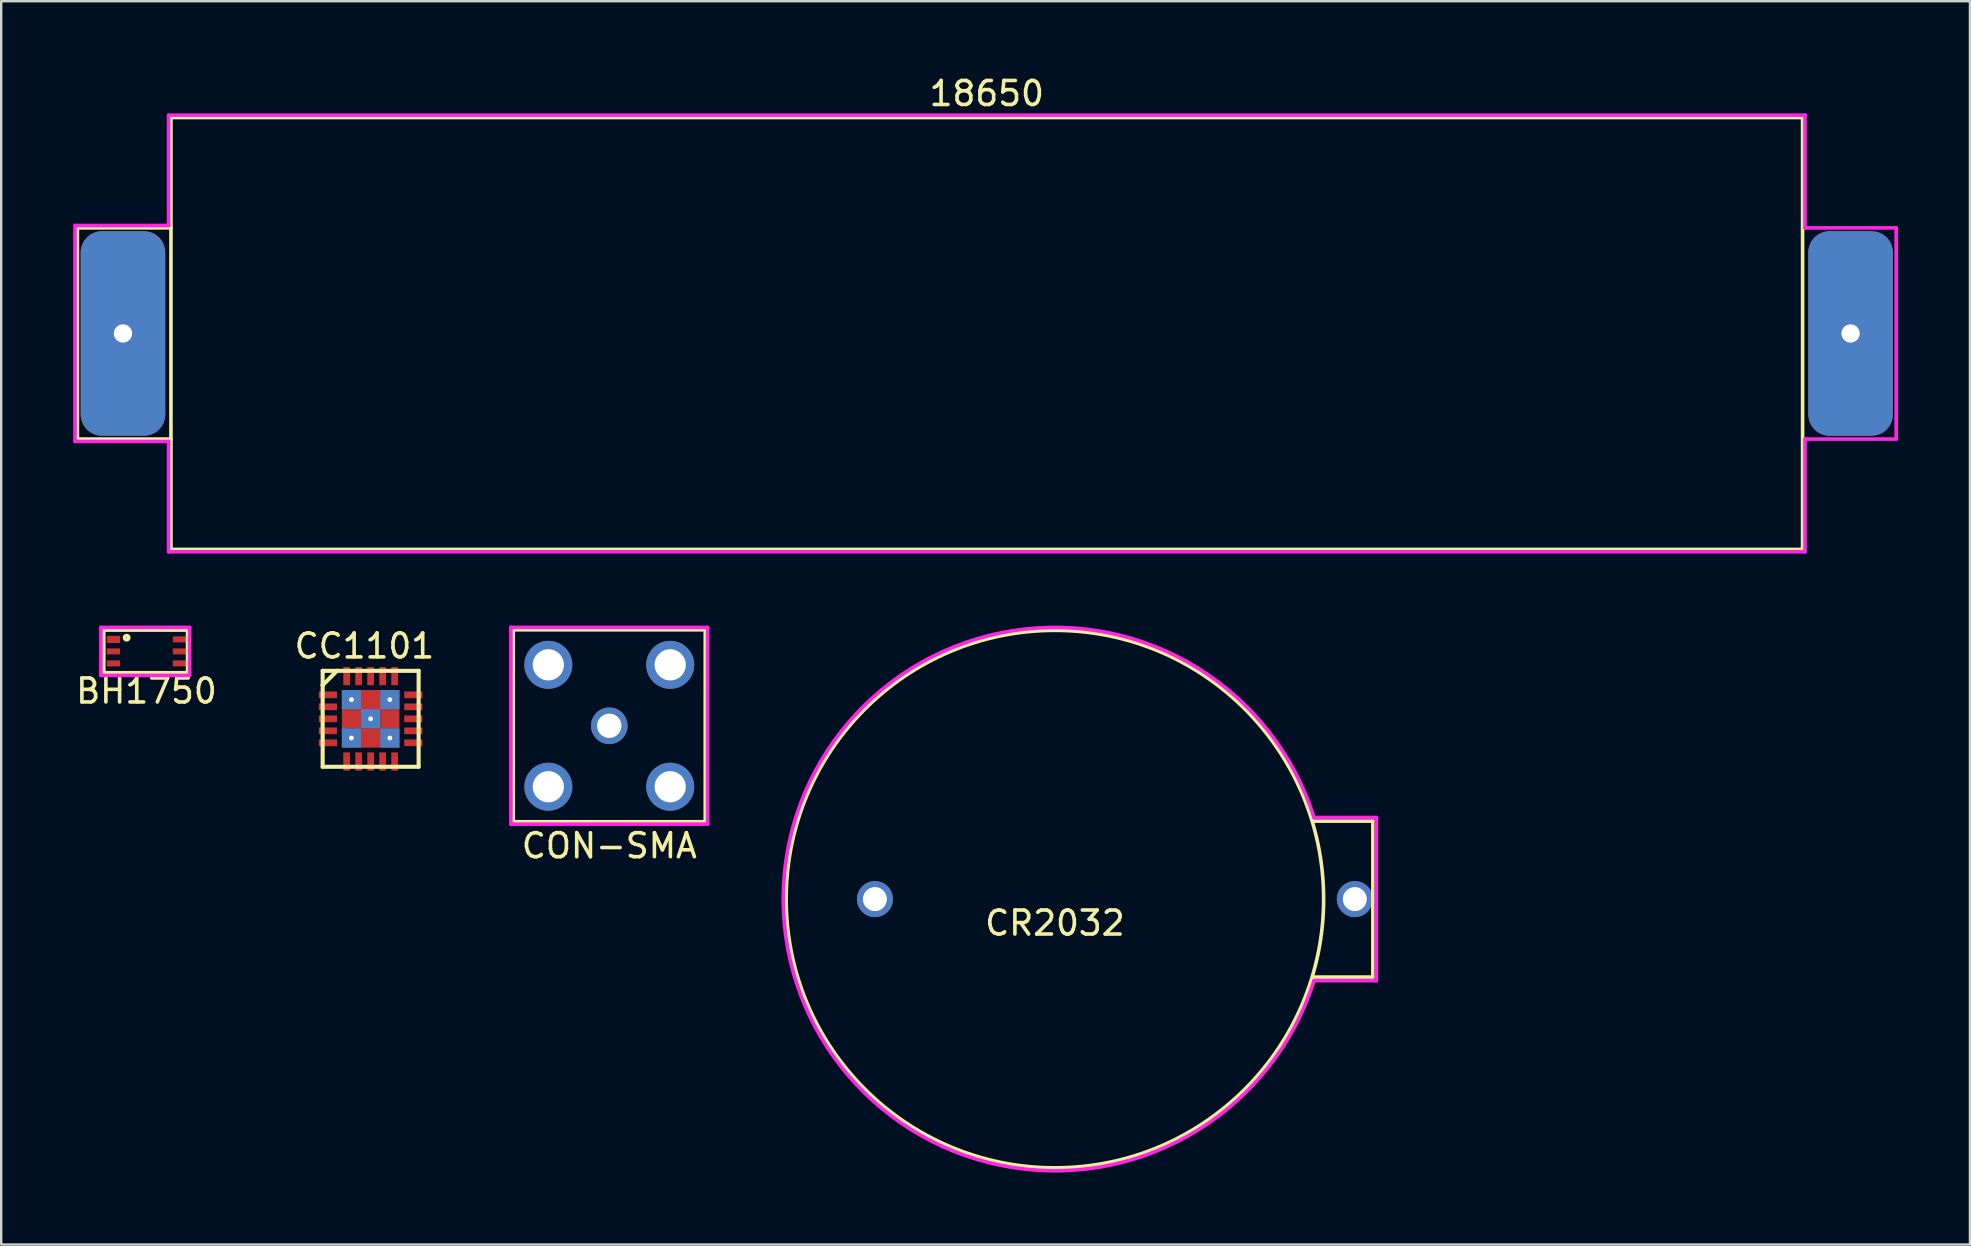
<source format=kicad_pcb>
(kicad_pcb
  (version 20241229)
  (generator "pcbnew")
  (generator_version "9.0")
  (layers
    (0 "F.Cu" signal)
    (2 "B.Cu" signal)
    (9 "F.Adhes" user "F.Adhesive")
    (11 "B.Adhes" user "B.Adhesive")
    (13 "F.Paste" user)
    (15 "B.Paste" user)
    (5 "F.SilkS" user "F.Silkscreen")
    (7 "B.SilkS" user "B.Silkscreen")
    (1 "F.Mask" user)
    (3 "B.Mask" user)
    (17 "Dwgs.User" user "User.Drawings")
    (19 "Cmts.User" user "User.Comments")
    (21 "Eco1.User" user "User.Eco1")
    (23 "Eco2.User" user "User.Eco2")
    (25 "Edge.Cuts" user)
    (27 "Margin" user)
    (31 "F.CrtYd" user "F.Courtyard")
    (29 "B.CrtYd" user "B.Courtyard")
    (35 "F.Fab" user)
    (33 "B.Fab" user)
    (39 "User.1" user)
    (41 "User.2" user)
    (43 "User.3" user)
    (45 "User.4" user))
  (footprint "CC1101"
    (layer "F.Cu")
    (at 12.397 26.907)
    (property "Reference" "CC1101" (at -0.26 -3.035 0) (layer "F.SilkS") (effects (font (size 1 1) (thickness 0.15))))
    (attr smd)
    (fp_line (start -2 -2) (end -1.4 -2) (stroke (width 0.17) (type solid)) (layer "F.SilkS"))
    (fp_line (start -2 -1.4) (end -2 -2) (stroke (width 0.17) (type solid)) (layer "F.SilkS"))
    (fp_line (start -2 -1.4) (end -1.4 -2) (stroke (width 0.17) (type solid)) (layer "F.SilkS"))
    (fp_line (start -2 2) (end -2 -1.4) (stroke (width 0.17) (type solid)) (layer "F.SilkS"))
    (fp_line (start -1.4 -2) (end 2 -2) (stroke (width 0.17) (type solid)) (layer "F.SilkS"))
    (fp_line (start 2 -2) (end 2 2) (stroke (width 0.17) (type solid)) (layer "F.SilkS"))
    (fp_line (start 2 2) (end -2 2) (stroke (width 0.17) (type solid)) (layer "F.SilkS"))
    (pad "1" smd rect (at -1.78 -1) (size 0.76 0.28) (layers "F.Cu" "F.Mask" "F.Paste"))
    (pad "2" smd rect (at -1.78 -0.5) (size 0.76 0.28) (layers "F.Cu" "F.Mask" "F.Paste"))
    (pad "3" smd rect (at -1.78 0) (size 0.76 0.28) (layers "F.Cu" "F.Mask" "F.Paste"))
    (pad "4" smd rect (at -1.78 0.5) (size 0.76 0.28) (layers "F.Cu" "F.Mask" "F.Paste"))
    (pad "5" smd rect (at -1.78 1) (size 0.76 0.28) (layers "F.Cu" "F.Mask" "F.Paste"))
    (pad "6" smd rect (at -1 1.78) (size 0.28 0.76) (layers "F.Cu" "F.Mask" "F.Paste"))
    (pad "7" smd rect (at -0.5 1.78) (size 0.28 0.76) (layers "F.Cu" "F.Mask" "F.Paste"))
    (pad "8" smd rect (at 0 1.78) (size 0.28 0.76) (layers "F.Cu" "F.Mask" "F.Paste"))
    (pad "9" smd rect (at 0.5 1.78) (size 0.28 0.76) (layers "F.Cu" "F.Mask" "F.Paste"))
    (pad "10" smd rect (at 1 1.78) (size 0.28 0.76) (layers "F.Cu" "F.Mask" "F.Paste"))
    (pad "11" smd rect (at 1.78 1) (size 0.76 0.28) (layers "F.Cu" "F.Mask" "F.Paste"))
    (pad "12" smd rect (at 1.78 0.5) (size 0.76 0.28) (layers "F.Cu" "F.Mask" "F.Paste"))
    (pad "13" smd rect (at 1.78 0) (size 0.76 0.28) (layers "F.Cu" "F.Mask" "F.Paste"))
    (pad "14" smd rect (at 1.78 -0.5) (size 0.76 0.28) (layers "F.Cu" "F.Mask" "F.Paste"))
    (pad "15" smd rect (at 1.78 -1) (size 0.76 0.28) (layers "F.Cu" "F.Mask" "F.Paste"))
    (pad "16" smd rect (at 1 -1.78) (size 0.28 0.76) (layers "F.Cu" "F.Mask" "F.Paste"))
    (pad "17" smd rect (at 0.5 -1.78) (size 0.28 0.76) (layers "F.Cu" "F.Mask" "F.Paste"))
    (pad "18" smd rect (at 0 -1.78) (size 0.28 0.76) (layers "F.Cu" "F.Mask" "F.Paste"))
    (pad "19" smd rect (at -0.5 -1.78) (size 0.28 0.76) (layers "F.Cu" "F.Mask" "F.Paste"))
    (pad "20" smd rect (at -1 -1.78) (size 0.28 0.76) (layers "F.Cu" "F.Mask" "F.Paste"))
    (pad "21" thru_hole rect (at -0.8 -0.8) (size 0.8 0.8) (drill 0.2) (layers "*.Cu"))
    (pad "21" smd rect (at -0.8 0) (size 0.8 0.8) (layers "F.Cu" "F.Mask" "F.Paste"))
    (pad "21" thru_hole rect (at -0.8 0.8) (size 0.8 0.8) (drill 0.2) (layers "*.Cu"))
    (pad "21" smd rect (at 0 -0.8) (size 0.8 0.8) (layers "F.Cu" "F.Mask" "F.Paste"))
    (pad "21" thru_hole rect (at 0 0) (size 0.8 0.8) (drill 0.2) (layers "*.Cu"))
    (pad "21" smd rect (at 0 0.8) (size 0.8 0.8) (layers "F.Cu" "F.Mask" "F.Paste"))
    (pad "21" thru_hole rect (at 0.8 -0.8) (size 0.8 0.8) (drill 0.2) (layers "*.Cu"))
    (pad "21" smd rect (at 0.8 0) (size 0.8 0.8) (layers "F.Cu" "F.Mask" "F.Paste"))
    (pad "21" thru_hole rect (at 0.8 0.8) (size 0.8 0.8) (drill 0.2) (layers "*.Cu")))
  (footprint "CON-SMA"
    (layer "F.Cu")
    (at 22.342 27.198)
    (property "Reference" "CON-SMA" (at 0 5 0) (layer "F.SilkS") (effects (font (size 1 1) (thickness 0.15))))
    (attr through_hole)
    (fp_line (start -4 -4) (end 4 -4) (stroke (width 0.15) (type solid)) (layer "F.SilkS"))
    (fp_line (start -4 4) (end -4 -4) (stroke (width 0.15) (type solid)) (layer "F.SilkS"))
    (fp_line (start 4 -4) (end 4 4) (stroke (width 0.15) (type solid)) (layer "F.SilkS"))
    (fp_line (start 4 4) (end -4 4) (stroke (width 0.15) (type solid)) (layer "F.SilkS"))
    (fp_line (start -4.1 -4.1) (end 4.1 -4.1) (stroke (width 0.15) (type solid)) (layer "F.CrtYd"))
    (fp_line (start -4.1 4.1) (end -4.1 -4.1) (stroke (width 0.15) (type solid)) (layer "F.CrtYd"))
    (fp_line (start 4.1 -4.1) (end 4.1 4.1) (stroke (width 0.15) (type solid)) (layer "F.CrtYd"))
    (fp_line (start 4.1 4.1) (end -4.1 4.1) (stroke (width 0.15) (type solid)) (layer "F.CrtYd"))
    (pad "1" thru_hole circle (at 0 0) (size 1.524 1.524) (drill 1.016) (layers "*.Cu" "*.Mask"))
    (pad "2" thru_hole circle (at -2.54 -2.54) (size 2 2) (drill 1.3) (layers "*.Cu" "*.Mask"))
    (pad "2" thru_hole circle (at -2.54 2.54) (size 2 2) (drill 1.3) (layers "*.Cu" "*.Mask"))
    (pad "2" thru_hole circle (at 2.54 -2.54) (size 2 2) (drill 1.3) (layers "*.Cu" "*.Mask"))
    (pad "2" thru_hole circle (at 2.54 2.54) (size 2 2) (drill 1.3) (layers "*.Cu" "*.Mask")))
  (footprint "18650"
    (layer "F.Cu")
    (at 38.075 10.848)
    (property "Reference" "18650" (at 0 -10 0) (layer "F.SilkS") (effects (font (size 1 1) (thickness 0.15))))
    (attr through_hole)
    (fp_line (start -37.9 -4.4) (end -34 -4.4) (stroke (width 0.15) (type solid)) (layer "F.SilkS"))
    (fp_line (start -37.9 4.4) (end -37.9 -4.4) (stroke (width 0.15) (type solid)) (layer "F.SilkS"))
    (fp_line (start -34 -9) (end 34 -9) (stroke (width 0.15) (type solid)) (layer "F.SilkS"))
    (fp_line (start -34 4.4) (end -37.9 4.4) (stroke (width 0.15) (type solid)) (layer "F.SilkS"))
    (fp_line (start -34 9) (end -34 -9) (stroke (width 0.15) (type solid)) (layer "F.SilkS"))
    (fp_line (start 34 -9) (end 34 9) (stroke (width 0.15) (type solid)) (layer "F.SilkS"))
    (fp_line (start 34 9) (end -34 9) (stroke (width 0.15) (type solid)) (layer "F.SilkS"))
    (fp_line (start -38 -4.5) (end -38 4.5) (stroke (width 0.15) (type solid)) (layer "F.CrtYd"))
    (fp_line (start -38 4.5) (end -34.1 4.5) (stroke (width 0.15) (type solid)) (layer "F.CrtYd"))
    (fp_line (start -34.1 -9.09) (end -34.1 -4.5) (stroke (width 0.15) (type solid)) (layer "F.CrtYd"))
    (fp_line (start -34.1 -4.5) (end -38 -4.5) (stroke (width 0.15) (type solid)) (layer "F.CrtYd"))
    (fp_line (start -34.1 4.5) (end -34.1 9.1) (stroke (width 0.15) (type solid)) (layer "F.CrtYd"))
    (fp_line (start -34.1 9.1) (end 34.1 9.1) (stroke (width 0.15) (type solid)) (layer "F.CrtYd"))
    (fp_line (start 34.1 -9.1) (end -34.1 -9.1) (stroke (width 0.15) (type solid)) (layer "F.CrtYd"))
    (fp_line (start 34.1 -4.4) (end 34.1 -9.1) (stroke (width 0.15) (type solid)) (layer "F.CrtYd"))
    (fp_line (start 34.1 4.4) (end 37.9 4.4) (stroke (width 0.15) (type solid)) (layer "F.CrtYd"))
    (fp_line (start 34.1 9.1) (end 34.1 4.4) (stroke (width 0.15) (type solid)) (layer "F.CrtYd"))
    (fp_line (start 37.9 -4.4) (end 34.1 -4.4) (stroke (width 0.15) (type solid)) (layer "F.CrtYd"))
    (fp_line (start 37.9 4.4) (end 37.9 -4.4) (stroke (width 0.15) (type solid)) (layer "F.CrtYd"))
    (pad "1" thru_hole roundrect (at -36 0) (size 3.524 8.524) (drill 0.762) (layers "*.Cu" "*.Mask") (roundrect_rratio 0.25))
    (pad "2" thru_hole roundrect (at 36 0) (size 3.524 8.524) (drill 0.762) (layers "*.Cu" "*.Mask") (roundrect_rratio 0.25)))
  (footprint "BH1750"
    (layer "F.Cu")
    (at 3.054 24.098)
    (property "Reference" "BH1750" (at 0 1.651 0) (layer "F.SilkS") (effects (font (size 1 1) (thickness 0.15))))
    (attr through_hole)
    (fp_line (start -1.778 -0.889) (end -1.778 0.889) (stroke (width 0.15) (type solid)) (layer "F.SilkS"))
    (fp_line (start -1.778 0.889) (end 1.714 0.889) (stroke (width 0.15) (type solid)) (layer "F.SilkS"))
    (fp_line (start 1.714 -0.889) (end -1.778 -0.889) (stroke (width 0.15) (type solid)) (layer "F.SilkS"))
    (fp_line (start 1.714 0.889) (end 1.714 -0.889) (stroke (width 0.15) (type solid)) (layer "F.SilkS"))
    (fp_circle (center -0.826 -0.572) (end -0.889 -0.635) (stroke (width 0.15) (type solid)) (fill no) (layer "F.SilkS"))
    (fp_line (start -1.9 -1) (end 1.8 -1) (stroke (width 0.15) (type solid)) (layer "F.CrtYd"))
    (fp_line (start -1.9 1) (end -1.9 -1) (stroke (width 0.15) (type solid)) (layer "F.CrtYd"))
    (fp_line (start 1.8 -1) (end 1.8 1) (stroke (width 0.15) (type solid)) (layer "F.CrtYd"))
    (fp_line (start 1.8 1) (end -1.9 1) (stroke (width 0.15) (type solid)) (layer "F.CrtYd"))
    (pad "1" smd trapezoid (at -1.375 -0.5) (size 0.55 0.3) (layers "F.Cu" "F.Mask" "F.Paste"))
    (pad "2" smd trapezoid (at -1.375 0) (size 0.55 0.25) (layers "F.Cu" "F.Mask" "F.Paste"))
    (pad "3" smd trapezoid (at -1.375 0.5) (size 0.55 0.25) (layers "F.Cu" "F.Mask" "F.Paste"))
    (pad "4" smd trapezoid (at 1.375 0.5) (size 0.55 0.25) (layers "F.Cu" "F.Mask" "F.Paste"))
    (pad "5" smd trapezoid (at 1.375 0) (size 0.55 0.25) (layers "F.Cu" "F.Mask" "F.Paste"))
    (pad "6" smd trapezoid (at 1.375 -0.5) (size 0.55 0.25) (layers "F.Cu" "F.Mask" "F.Paste")))
  (footprint "CR2032"
    (layer "F.Cu")
    (at 40.914 34.421)
    (property "Reference" "CR2032" (at 0 1 0) (layer "F.SilkS") (effects (font (size 1 1) (thickness 0.15))))
    (attr through_hole)
    (fp_line (start 13.25 -3.25) (end 10.75 -3.25) (stroke (width 0.15) (type solid)) (layer "F.SilkS"))
    (fp_line (start 13.25 -3.25) (end 13.25 3.25) (stroke (width 0.15) (type solid)) (layer "F.SilkS"))
    (fp_line (start 13.25 3.25) (end 10.75 3.25) (stroke (width 0.15) (type solid)) (layer "F.SilkS"))
    (fp_circle (center 0 0) (end 11.2 0) (stroke (width 0.15) (type solid)) (fill no) (layer "F.SilkS"))
    (fp_line (start 10.8 -3.4) (end 13.4 -3.4) (stroke (width 0.15) (type solid)) (layer "F.CrtYd"))
    (fp_line (start 13.4 -3.4) (end 13.4 3.4) (stroke (width 0.15) (type solid)) (layer "F.CrtYd"))
    (fp_line (start 13.4 3.4) (end 10.8 3.4) (stroke (width 0.15) (type solid)) (layer "F.CrtYd"))
    (fp_arc (start 10.8 3.399999) (mid -11.322544 0) (end 10.8 -3.4) (stroke (width 0.15) (type solid)) (layer "F.CrtYd"))
    (pad "1" thru_hole circle (at 12.5 0) (size 1.5 1.5) (drill 1) (layers "*.Cu" "*.Mask"))
    (pad "2" thru_hole circle (at -7.5 0) (size 1.5 1.5) (drill 1) (layers "*.Cu" "*.Mask")))
  (gr_rect
    (start -3 -3)
    (end 79.05 48.818)
    (stroke (width 0.1) (type default))
    (fill no)
    (layer "Edge.Cuts")))
</source>
